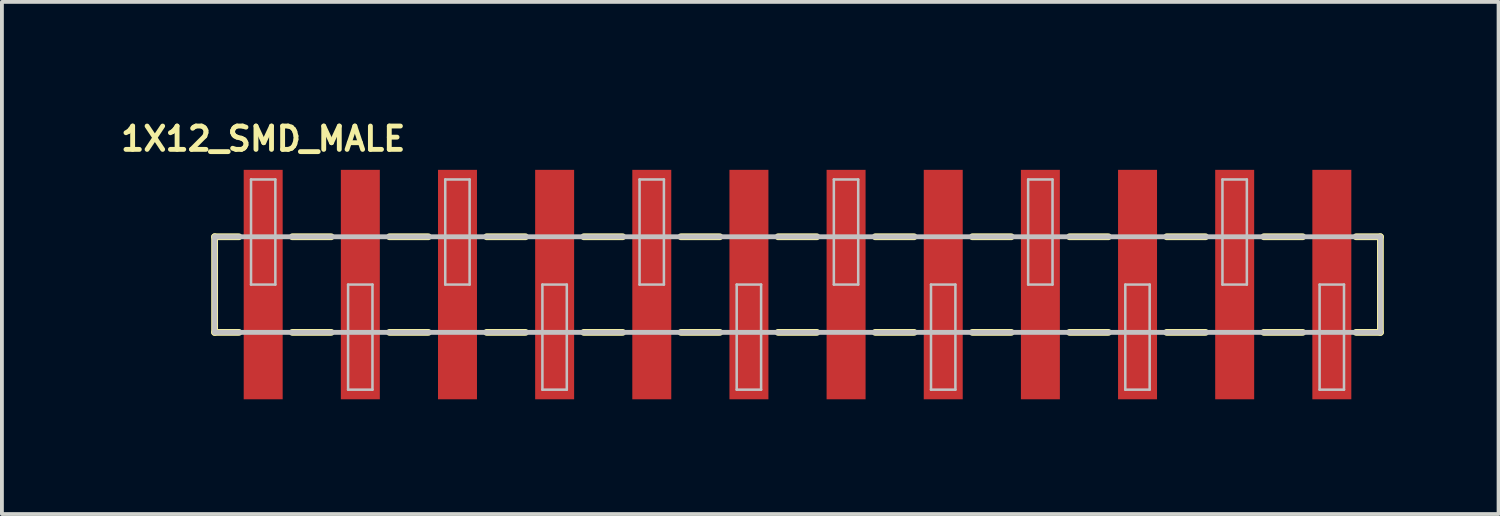
<source format=kicad_pcb>
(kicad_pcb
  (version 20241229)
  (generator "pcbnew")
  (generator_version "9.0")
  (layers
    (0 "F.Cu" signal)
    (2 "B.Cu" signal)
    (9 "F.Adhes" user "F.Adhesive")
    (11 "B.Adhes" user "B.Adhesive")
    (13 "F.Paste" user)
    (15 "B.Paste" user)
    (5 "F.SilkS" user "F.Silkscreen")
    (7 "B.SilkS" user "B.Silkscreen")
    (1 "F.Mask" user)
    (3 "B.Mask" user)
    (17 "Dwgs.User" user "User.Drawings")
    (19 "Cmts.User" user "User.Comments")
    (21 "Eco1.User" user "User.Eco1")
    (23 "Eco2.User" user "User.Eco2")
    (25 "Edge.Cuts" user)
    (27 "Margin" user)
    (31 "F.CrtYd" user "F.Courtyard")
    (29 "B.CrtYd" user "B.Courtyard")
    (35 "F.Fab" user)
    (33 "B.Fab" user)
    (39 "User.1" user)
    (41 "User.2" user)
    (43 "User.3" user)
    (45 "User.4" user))
  (footprint "1X12_SMD_MALE"
    (layer "F.Cu")
    (at 3.831 4.39)
    (property "Reference" "1X12_SMD_MALE" (at 0 -3.81 0) (layer "F.SilkS") (effects (font (size 0.61 0.61) (thickness 0.127))))
    (attr smd)
    (fp_line (start -1.27 -1.25) (end -1.27 1.25) (stroke (width 0.178) (type solid)) (layer "F.SilkS"))
    (fp_line (start -1.27 -1.25) (end -0.635 -1.25) (stroke (width 0.178) (type solid)) (layer "F.SilkS"))
    (fp_line (start -1.27 1.25) (end -0.635 1.25) (stroke (width 0.178) (type solid)) (layer "F.SilkS"))
    (fp_line (start 0.762 -1.25) (end 1.778 -1.25) (stroke (width 0.178) (type solid)) (layer "F.SilkS"))
    (fp_line (start 1.778 1.25) (end 0.762 1.25) (stroke (width 0.178) (type solid)) (layer "F.SilkS"))
    (fp_line (start 3.302 -1.25) (end 4.318 -1.25) (stroke (width 0.178) (type solid)) (layer "F.SilkS"))
    (fp_line (start 4.318 1.25) (end 3.302 1.25) (stroke (width 0.178) (type solid)) (layer "F.SilkS"))
    (fp_line (start 5.842 -1.25) (end 6.858 -1.25) (stroke (width 0.178) (type solid)) (layer "F.SilkS"))
    (fp_line (start 6.858 1.25) (end 5.842 1.25) (stroke (width 0.178) (type solid)) (layer "F.SilkS"))
    (fp_line (start 8.382 -1.25) (end 9.398 -1.25) (stroke (width 0.178) (type solid)) (layer "F.SilkS"))
    (fp_line (start 9.398 1.25) (end 8.382 1.25) (stroke (width 0.178) (type solid)) (layer "F.SilkS"))
    (fp_line (start 10.922 -1.25) (end 11.938 -1.25) (stroke (width 0.178) (type solid)) (layer "F.SilkS"))
    (fp_line (start 11.938 1.25) (end 10.922 1.25) (stroke (width 0.178) (type solid)) (layer "F.SilkS"))
    (fp_line (start 13.462 -1.25) (end 14.475 -1.25) (stroke (width 0.178) (type solid)) (layer "F.SilkS"))
    (fp_line (start 14.475 1.25) (end 13.462 1.25) (stroke (width 0.178) (type solid)) (layer "F.SilkS"))
    (fp_line (start 16.002 -1.25) (end 17.018 -1.25) (stroke (width 0.178) (type solid)) (layer "F.SilkS"))
    (fp_line (start 17.018 1.25) (end 16.002 1.25) (stroke (width 0.178) (type solid)) (layer "F.SilkS"))
    (fp_line (start 18.542 -1.25) (end 19.558 -1.25) (stroke (width 0.178) (type solid)) (layer "F.SilkS"))
    (fp_line (start 19.558 1.25) (end 18.542 1.25) (stroke (width 0.178) (type solid)) (layer "F.SilkS"))
    (fp_line (start 21.082 -1.25) (end 22.098 -1.25) (stroke (width 0.178) (type solid)) (layer "F.SilkS"))
    (fp_line (start 22.098 1.25) (end 21.082 1.25) (stroke (width 0.178) (type solid)) (layer "F.SilkS"))
    (fp_line (start 23.622 -1.25) (end 24.638 -1.25) (stroke (width 0.178) (type solid)) (layer "F.SilkS"))
    (fp_line (start 24.638 1.25) (end 23.622 1.25) (stroke (width 0.178) (type solid)) (layer "F.SilkS"))
    (fp_line (start 26.162 -1.25) (end 27.178 -1.25) (stroke (width 0.178) (type solid)) (layer "F.SilkS"))
    (fp_line (start 27.178 1.25) (end 26.162 1.25) (stroke (width 0.178) (type solid)) (layer "F.SilkS"))
    (fp_line (start 29.21 -1.25) (end 28.575 -1.25) (stroke (width 0.178) (type solid)) (layer "F.SilkS"))
    (fp_line (start 29.21 1.25) (end 28.575 1.25) (stroke (width 0.178) (type solid)) (layer "F.SilkS"))
    (fp_line (start 29.21 1.25) (end 29.21 -1.25) (stroke (width 0.178) (type solid)) (layer "F.SilkS"))
    (fp_line (start -1.27 -1.25) (end -1.27 1.25) (stroke (width 0.127) (type solid)) (layer "Dwgs.User"))
    (fp_line (start -1.27 1.25) (end 29.21 1.25) (stroke (width 0.127) (type solid)) (layer "Dwgs.User"))
    (fp_line (start -0.318 -2.748) (end 0.318 -2.748) (stroke (width 0.066) (type solid)) (layer "Dwgs.User"))
    (fp_line (start -0.318 0) (end -0.318 -2.748) (stroke (width 0.066) (type solid)) (layer "Dwgs.User"))
    (fp_line (start -0.318 0) (end 0.318 0) (stroke (width 0.066) (type solid)) (layer "Dwgs.User"))
    (fp_line (start 0.318 0) (end 0.318 -2.748) (stroke (width 0.066) (type solid)) (layer "Dwgs.User"))
    (fp_line (start 2.22 0) (end 2.857 0) (stroke (width 0.066) (type solid)) (layer "Dwgs.User"))
    (fp_line (start 2.22 2.748) (end 2.22 0) (stroke (width 0.066) (type solid)) (layer "Dwgs.User"))
    (fp_line (start 2.22 2.748) (end 2.857 2.748) (stroke (width 0.066) (type solid)) (layer "Dwgs.User"))
    (fp_line (start 2.857 2.748) (end 2.857 0) (stroke (width 0.066) (type solid)) (layer "Dwgs.User"))
    (fp_line (start 4.76 -2.748) (end 5.397 -2.748) (stroke (width 0.066) (type solid)) (layer "Dwgs.User"))
    (fp_line (start 4.76 0) (end 4.76 -2.748) (stroke (width 0.066) (type solid)) (layer "Dwgs.User"))
    (fp_line (start 4.76 0) (end 5.397 0) (stroke (width 0.066) (type solid)) (layer "Dwgs.User"))
    (fp_line (start 5.397 0) (end 5.397 -2.748) (stroke (width 0.066) (type solid)) (layer "Dwgs.User"))
    (fp_line (start 7.3 0) (end 7.938 0) (stroke (width 0.066) (type solid)) (layer "Dwgs.User"))
    (fp_line (start 7.3 2.748) (end 7.3 0) (stroke (width 0.066) (type solid)) (layer "Dwgs.User"))
    (fp_line (start 7.3 2.748) (end 7.938 2.748) (stroke (width 0.066) (type solid)) (layer "Dwgs.User"))
    (fp_line (start 7.938 2.748) (end 7.938 0) (stroke (width 0.066) (type solid)) (layer "Dwgs.User"))
    (fp_line (start 9.84 -2.748) (end 10.477 -2.748) (stroke (width 0.066) (type solid)) (layer "Dwgs.User"))
    (fp_line (start 9.84 0) (end 9.84 -2.748) (stroke (width 0.066) (type solid)) (layer "Dwgs.User"))
    (fp_line (start 9.84 0) (end 10.477 0) (stroke (width 0.066) (type solid)) (layer "Dwgs.User"))
    (fp_line (start 10.477 0) (end 10.477 -2.748) (stroke (width 0.066) (type solid)) (layer "Dwgs.User"))
    (fp_line (start 12.38 0) (end 13.018 0) (stroke (width 0.066) (type solid)) (layer "Dwgs.User"))
    (fp_line (start 12.38 2.748) (end 12.38 0) (stroke (width 0.066) (type solid)) (layer "Dwgs.User"))
    (fp_line (start 12.38 2.748) (end 13.018 2.748) (stroke (width 0.066) (type solid)) (layer "Dwgs.User"))
    (fp_line (start 13.018 2.748) (end 13.018 0) (stroke (width 0.066) (type solid)) (layer "Dwgs.User"))
    (fp_line (start 14.92 -2.748) (end 15.557 -2.748) (stroke (width 0.066) (type solid)) (layer "Dwgs.User"))
    (fp_line (start 14.92 0) (end 14.92 -2.748) (stroke (width 0.066) (type solid)) (layer "Dwgs.User"))
    (fp_line (start 14.92 0) (end 15.557 0) (stroke (width 0.066) (type solid)) (layer "Dwgs.User"))
    (fp_line (start 15.557 0) (end 15.557 -2.748) (stroke (width 0.066) (type solid)) (layer "Dwgs.User"))
    (fp_line (start 17.46 0) (end 18.098 0) (stroke (width 0.066) (type solid)) (layer "Dwgs.User"))
    (fp_line (start 17.46 2.748) (end 17.46 0) (stroke (width 0.066) (type solid)) (layer "Dwgs.User"))
    (fp_line (start 17.46 2.748) (end 18.098 2.748) (stroke (width 0.066) (type solid)) (layer "Dwgs.User"))
    (fp_line (start 18.098 2.748) (end 18.098 0) (stroke (width 0.066) (type solid)) (layer "Dwgs.User"))
    (fp_line (start 20 -2.748) (end 20.637 -2.748) (stroke (width 0.066) (type solid)) (layer "Dwgs.User"))
    (fp_line (start 20 0) (end 20 -2.748) (stroke (width 0.066) (type solid)) (layer "Dwgs.User"))
    (fp_line (start 20 0) (end 20.637 0) (stroke (width 0.066) (type solid)) (layer "Dwgs.User"))
    (fp_line (start 20.637 0) (end 20.637 -2.748) (stroke (width 0.066) (type solid)) (layer "Dwgs.User"))
    (fp_line (start 22.54 0) (end 23.177 0) (stroke (width 0.066) (type solid)) (layer "Dwgs.User"))
    (fp_line (start 22.54 2.748) (end 22.54 0) (stroke (width 0.066) (type solid)) (layer "Dwgs.User"))
    (fp_line (start 22.54 2.748) (end 23.177 2.748) (stroke (width 0.066) (type solid)) (layer "Dwgs.User"))
    (fp_line (start 23.177 2.748) (end 23.177 0) (stroke (width 0.066) (type solid)) (layer "Dwgs.User"))
    (fp_line (start 25.08 -2.748) (end 25.718 -2.748) (stroke (width 0.066) (type solid)) (layer "Dwgs.User"))
    (fp_line (start 25.08 0) (end 25.08 -2.748) (stroke (width 0.066) (type solid)) (layer "Dwgs.User"))
    (fp_line (start 25.08 0) (end 25.718 0) (stroke (width 0.066) (type solid)) (layer "Dwgs.User"))
    (fp_line (start 25.718 0) (end 25.718 -2.748) (stroke (width 0.066) (type solid)) (layer "Dwgs.User"))
    (fp_line (start 27.62 0) (end 28.258 0) (stroke (width 0.066) (type solid)) (layer "Dwgs.User"))
    (fp_line (start 27.62 2.748) (end 27.62 0) (stroke (width 0.066) (type solid)) (layer "Dwgs.User"))
    (fp_line (start 27.62 2.748) (end 28.258 2.748) (stroke (width 0.066) (type solid)) (layer "Dwgs.User"))
    (fp_line (start 28.258 2.748) (end 28.258 0) (stroke (width 0.066) (type solid)) (layer "Dwgs.User"))
    (fp_line (start 29.21 -1.25) (end -1.27 -1.25) (stroke (width 0.127) (type solid)) (layer "Dwgs.User"))
    (fp_line (start 29.21 1.25) (end 29.21 -1.25) (stroke (width 0.127) (type solid)) (layer "Dwgs.User"))
    (pad "1" smd rect (at 0 0) (size 1.019 5.999) (layers "F.Cu" "F.Mask" "F.Paste"))
    (pad "2" smd rect (at 2.54 0) (size 1.019 5.999) (layers "F.Cu" "F.Mask" "F.Paste"))
    (pad "3" smd rect (at 5.08 0) (size 1.019 5.999) (layers "F.Cu" "F.Mask" "F.Paste"))
    (pad "4" smd rect (at 7.62 0) (size 1.019 5.999) (layers "F.Cu" "F.Mask" "F.Paste"))
    (pad "5" smd rect (at 10.16 0) (size 1.019 5.999) (layers "F.Cu" "F.Mask" "F.Paste"))
    (pad "6" smd rect (at 12.7 0) (size 1.019 5.999) (layers "F.Cu" "F.Mask" "F.Paste"))
    (pad "7" smd rect (at 15.24 0) (size 1.019 5.999) (layers "F.Cu" "F.Mask" "F.Paste"))
    (pad "8" smd rect (at 17.78 0) (size 1.019 5.999) (layers "F.Cu" "F.Mask" "F.Paste"))
    (pad "9" smd rect (at 20.32 0) (size 1.019 5.999) (layers "F.Cu" "F.Mask" "F.Paste"))
    (pad "10" smd rect (at 22.86 0) (size 1.019 5.999) (layers "F.Cu" "F.Mask" "F.Paste"))
    (pad "11" smd rect (at 25.4 0) (size 1.019 5.999) (layers "F.Cu" "F.Mask" "F.Paste"))
    (pad "12" smd rect (at 27.94 0) (size 1.019 5.999) (layers "F.Cu" "F.Mask" "F.Paste")))
  (gr_rect
    (start -3 -3)
    (end 36.13 10.389)
    (stroke (width 0.1) (type default))
    (fill no)
    (layer "Edge.Cuts")))
</source>
